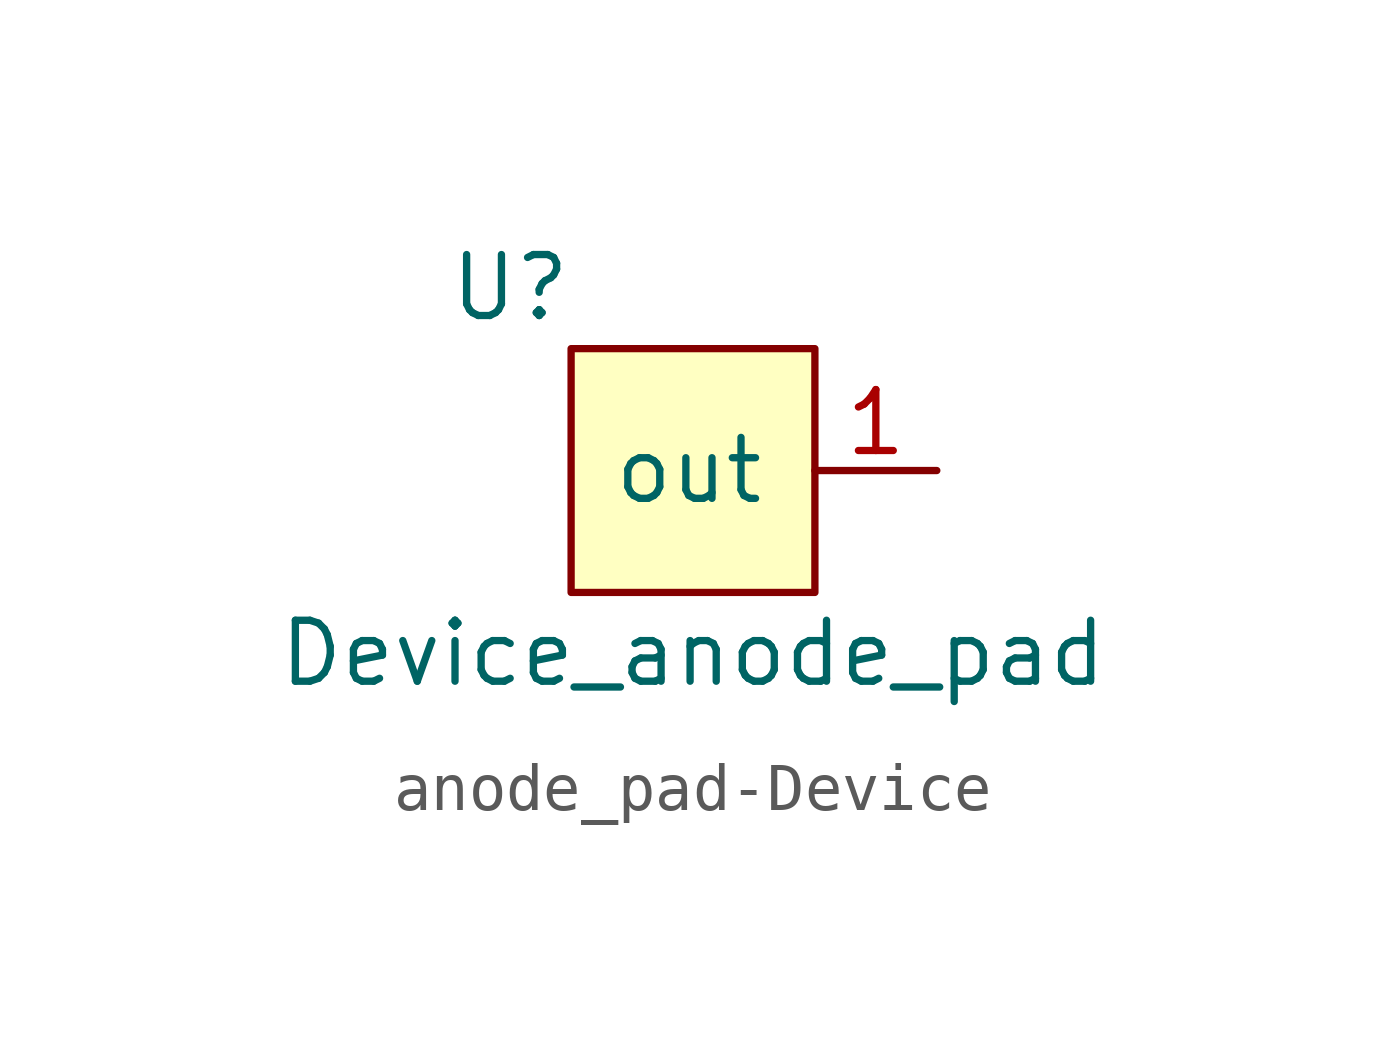
<source format=kicad_sym>
(kicad_symbol_lib
  (version 20220914)
  (generator kicad_symbol_editor)
  (symbol "anode_pad-Device"
    (pin_names
      (offset 1.016))
    (property "Reference" "U"
      (at -3.81 3.81 0)
      (effects (font (size 1.27 1.27))))
    (property "Value" "Device_anode_pad"
      (at 0 -3.81 0)
      (effects (font (size 1.27 1.27))))
    (symbol "anode_pad-Device_0_1"
      (rectangle (start -2.54 2.54) (end 2.54 -2.54) (stroke (width 0) (type solid)) (fill (type background))))
    (symbol "anode_pad-Device_1_1"
      (pin passive line (at 5.08 0 180) (length 2.54) (name "out" (effects (font (size 1.27 1.27)))) (number "1" (effects (font (size 1.27 1.27))))))))
</source>
